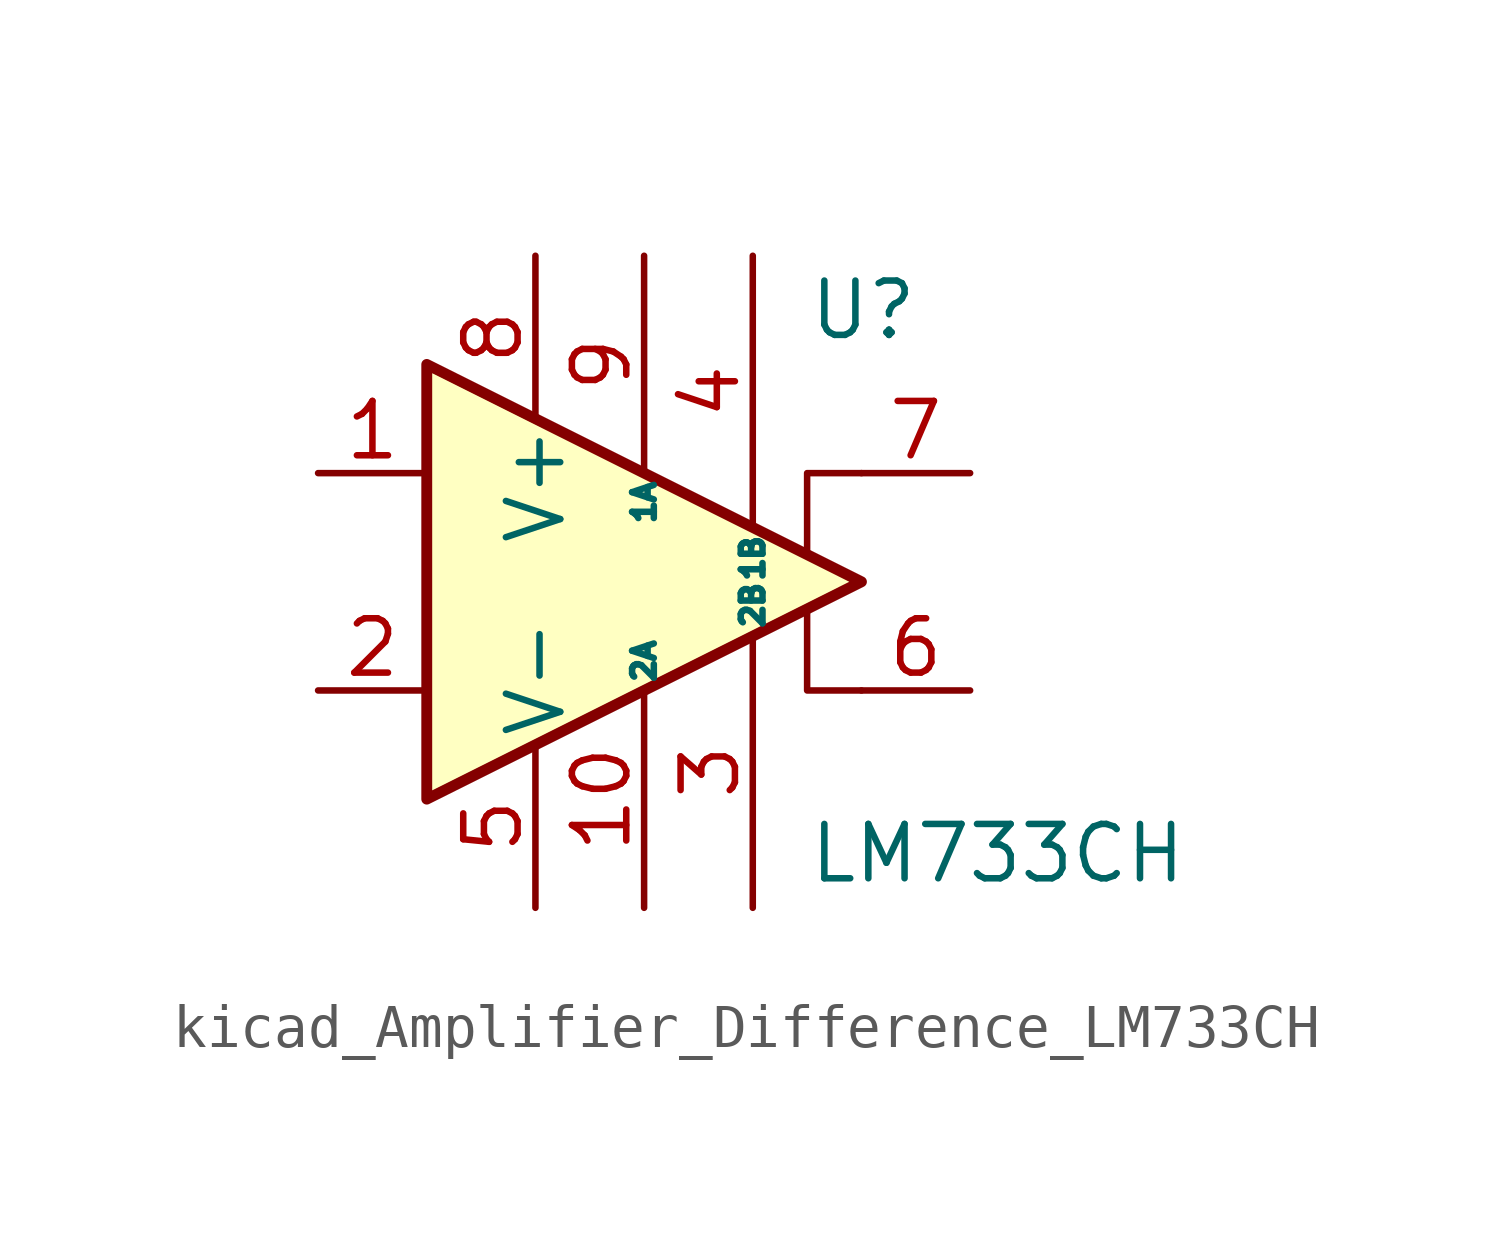
<source format=kicad_sym>
(kicad_symbol_lib
  (version 20220914)
  (generator kicad_symbol_editor)
  (symbol "kicad_Amplifier_Difference_LM733CH"
    (pin_names
      (offset 0.127))
    (property "Reference" "U"
      (at 3.81 6.35 0)
      (effects (font (size 1.27 1.27)) (justify left)))
    (property "Value" "LM733CH"
      (at 3.81 -6.35 0)
      (effects (font (size 1.27 1.27)) (justify left)))
    (symbol "kicad_Amplifier_Difference_LM733CH_0_1"
      (polyline (pts (xy 5.08 -2.54) (xy 3.81 -2.54) (xy 3.81 -0.635)) (stroke (width 0) (type default)) (fill (type none)))
      (polyline (pts (xy 5.08 2.54) (xy 3.81 2.54) (xy 3.81 0.635)) (stroke (width 0) (type default)) (fill (type none)))
      (polyline (pts (xy 5.08 0) (xy -5.08 5.08) (xy -5.08 -5.08) (xy 5.08 0)) (stroke (width 0.254) (type default)) (fill (type background))))
    (symbol "kicad_Amplifier_Difference_LM733CH_1_1"
      (pin input line (at -7.62 2.54 0) (length 2.54) (name "~" (effects (font (size 1.27 1.27)))) (number "1" (effects (font (size 1.27 1.27)))))
      (pin passive line (at 0 -7.62 90) (length 5.08) (name "2A" (effects (font (size 0.508 0.508)))) (number "10" (effects (font (size 1.27 1.27)))))
      (pin input line (at -7.62 -2.54 0) (length 2.54) (name "~" (effects (font (size 1.27 1.27)))) (number "2" (effects (font (size 1.27 1.27)))))
      (pin passive line (at 2.54 -7.62 90) (length 6.35) (name "2B" (effects (font (size 0.508 0.508)))) (number "3" (effects (font (size 1.27 1.27)))))
      (pin passive line (at 2.54 7.62 270) (length 6.35) (name "1B" (effects (font (size 0.508 0.508)))) (number "4" (effects (font (size 1.27 1.27)))))
      (pin power_in line (at -2.54 -7.62 90) (length 3.81) (name "V-" (effects (font (size 1.27 1.27)))) (number "5" (effects (font (size 1.27 1.27)))))
      (pin output line (at 7.62 -2.54 180) (length 2.54) (name "~" (effects (font (size 1.27 1.27)))) (number "6" (effects (font (size 1.27 1.27)))))
      (pin output line (at 7.62 2.54 180) (length 2.54) (name "~" (effects (font (size 1.27 1.27)))) (number "7" (effects (font (size 1.27 1.27)))))
      (pin power_in line (at -2.54 7.62 270) (length 3.81) (name "V+" (effects (font (size 1.27 1.27)))) (number "8" (effects (font (size 1.27 1.27)))))
      (pin passive line (at 0 7.62 270) (length 5.08) (name "1A" (effects (font (size 0.508 0.508)))) (number "9" (effects (font (size 1.27 1.27))))))))
</source>
